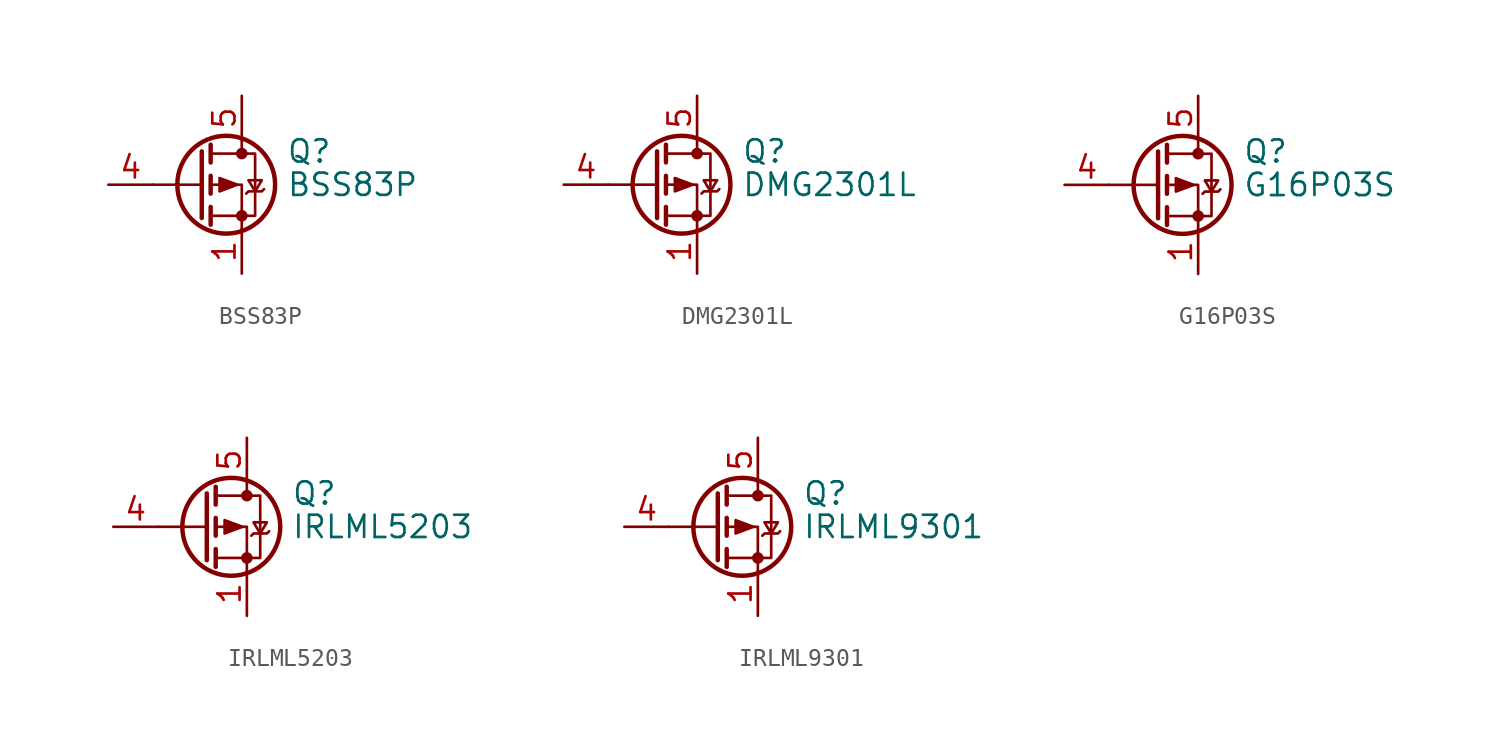
<source format=kicad_sym>
(kicad_symbol_lib
  (version 20211014)
  (generator kicad_symbol_editor)
  (symbol "BSS83P"
    (pin_names hide)
    (property "Reference" "Q"
      (at 5.08 1.905 0)
      (effects (font (size 1.27 1.27)) (justify left)))
    (property "Value" "BSS83P"
      (at 5.08 0 0)
      (effects (font (size 1.27 1.27)) (justify left)))
    (symbol "BSS83P_0_1"
      (polyline (pts (xy 0.254 0) (xy -2.54 0)) (stroke (width 0) (type default) (color 0 0 0 0)) (fill (type none)))
      (polyline (pts (xy 0.254 1.905) (xy 0.254 -1.905)) (stroke (width 0.254) (type default) (color 0 0 0 0)) (fill (type none)))
      (polyline (pts (xy 0.762 -1.27) (xy 0.762 -2.286)) (stroke (width 0.254) (type default) (color 0 0 0 0)) (fill (type none)))
      (polyline (pts (xy 0.762 0.508) (xy 0.762 -0.508)) (stroke (width 0.254) (type default) (color 0 0 0 0)) (fill (type none)))
      (polyline (pts (xy 0.762 2.286) (xy 0.762 1.27)) (stroke (width 0.254) (type default) (color 0 0 0 0)) (fill (type none)))
      (polyline (pts (xy 2.54 2.54) (xy 2.54 1.778)) (stroke (width 0) (type default) (color 0 0 0 0)) (fill (type none)))
      (polyline (pts (xy 2.54 -2.54) (xy 2.54 0) (xy 0.762 0)) (stroke (width 0) (type default) (color 0 0 0 0)) (fill (type none)))
      (polyline (pts (xy 0.762 1.778) (xy 3.302 1.778) (xy 3.302 -1.778) (xy 0.762 -1.778)) (stroke (width 0) (type default) (color 0 0 0 0)) (fill (type none)))
      (polyline (pts (xy 2.286 0) (xy 1.27 0.381) (xy 1.27 -0.381) (xy 2.286 0)) (stroke (width 0) (type default) (color 0 0 0 0)) (fill (type outline)))
      (polyline (pts (xy 2.794 -0.508) (xy 2.921 -0.381) (xy 3.683 -0.381) (xy 3.81 -0.254)) (stroke (width 0) (type default) (color 0 0 0 0)) (fill (type none)))
      (polyline (pts (xy 3.302 -0.381) (xy 2.921 0.254) (xy 3.683 0.254) (xy 3.302 -0.381)) (stroke (width 0) (type default) (color 0 0 0 0)) (fill (type none)))
      (circle (center 1.651 0) (radius 2.794) (stroke (width 0.254) (type default) (color 0 0 0 0)) (fill (type none)))
      (circle (center 2.54 -1.778) (radius 0.254) (stroke (width 0) (type default) (color 0 0 0 0)) (fill (type outline)))
      (circle (center 2.54 1.778) (radius 0.254) (stroke (width 0) (type default) (color 0 0 0 0)) (fill (type outline))))
    (symbol "BSS83P_1_1"
      (pin passive line (at 2.54 -5.08 90) (length 2.54) (name "S" (effects (font (size 1.27 1.27)))) (number "1" (effects (font (size 1.27 1.27)))))
      (pin passive line (at 2.54 -5.08 90) (length 2.54) hide (name "S" (effects (font (size 1.27 1.27)))) (number "2" (effects (font (size 1.27 1.27)))))
      (pin passive line (at 2.54 -5.08 90) (length 2.54) hide (name "S" (effects (font (size 1.27 1.27)))) (number "3" (effects (font (size 1.27 1.27)))))
      (pin input line (at -5.08 0 0) (length 2.54) (name "G" (effects (font (size 1.27 1.27)))) (number "4" (effects (font (size 1.27 1.27)))))
      (pin passive line (at 2.54 5.08 270) (length 2.54) (name "D" (effects (font (size 1.27 1.27)))) (number "5" (effects (font (size 1.27 1.27)))))
      (pin passive line (at 2.54 5.08 270) (length 2.54) hide (name "D" (effects (font (size 1.27 1.27)))) (number "6" (effects (font (size 1.27 1.27)))))
      (pin passive line (at 2.54 5.08 270) (length 2.54) hide (name "D" (effects (font (size 1.27 1.27)))) (number "7" (effects (font (size 1.27 1.27)))))
      (pin passive line (at 2.54 5.08 270) (length 2.54) hide (name "D" (effects (font (size 1.27 1.27)))) (number "8" (effects (font (size 1.27 1.27)))))))
  (symbol "DMG2301L"
    (pin_names hide)
    (property "Reference" "Q"
      (at 5.08 1.905 0)
      (effects (font (size 1.27 1.27)) (justify left)))
    (property "Value" "DMG2301L"
      (at 5.08 0 0)
      (effects (font (size 1.27 1.27)) (justify left)))
    (symbol "DMG2301L_0_1"
      (polyline (pts (xy 0.254 0) (xy -2.54 0)) (stroke (width 0) (type default) (color 0 0 0 0)) (fill (type none)))
      (polyline (pts (xy 0.254 1.905) (xy 0.254 -1.905)) (stroke (width 0.254) (type default) (color 0 0 0 0)) (fill (type none)))
      (polyline (pts (xy 0.762 -1.27) (xy 0.762 -2.286)) (stroke (width 0.254) (type default) (color 0 0 0 0)) (fill (type none)))
      (polyline (pts (xy 0.762 0.508) (xy 0.762 -0.508)) (stroke (width 0.254) (type default) (color 0 0 0 0)) (fill (type none)))
      (polyline (pts (xy 0.762 2.286) (xy 0.762 1.27)) (stroke (width 0.254) (type default) (color 0 0 0 0)) (fill (type none)))
      (polyline (pts (xy 2.54 2.54) (xy 2.54 1.778)) (stroke (width 0) (type default) (color 0 0 0 0)) (fill (type none)))
      (polyline (pts (xy 2.54 -2.54) (xy 2.54 0) (xy 0.762 0)) (stroke (width 0) (type default) (color 0 0 0 0)) (fill (type none)))
      (polyline (pts (xy 0.762 1.778) (xy 3.302 1.778) (xy 3.302 -1.778) (xy 0.762 -1.778)) (stroke (width 0) (type default) (color 0 0 0 0)) (fill (type none)))
      (polyline (pts (xy 2.286 0) (xy 1.27 0.381) (xy 1.27 -0.381) (xy 2.286 0)) (stroke (width 0) (type default) (color 0 0 0 0)) (fill (type outline)))
      (polyline (pts (xy 2.794 -0.508) (xy 2.921 -0.381) (xy 3.683 -0.381) (xy 3.81 -0.254)) (stroke (width 0) (type default) (color 0 0 0 0)) (fill (type none)))
      (polyline (pts (xy 3.302 -0.381) (xy 2.921 0.254) (xy 3.683 0.254) (xy 3.302 -0.381)) (stroke (width 0) (type default) (color 0 0 0 0)) (fill (type none)))
      (circle (center 1.651 0) (radius 2.794) (stroke (width 0.254) (type default) (color 0 0 0 0)) (fill (type none)))
      (circle (center 2.54 -1.778) (radius 0.254) (stroke (width 0) (type default) (color 0 0 0 0)) (fill (type outline)))
      (circle (center 2.54 1.778) (radius 0.254) (stroke (width 0) (type default) (color 0 0 0 0)) (fill (type outline))))
    (symbol "DMG2301L_1_1"
      (pin passive line (at 2.54 -5.08 90) (length 2.54) (name "S" (effects (font (size 1.27 1.27)))) (number "1" (effects (font (size 1.27 1.27)))))
      (pin passive line (at 2.54 -5.08 90) (length 2.54) hide (name "S" (effects (font (size 1.27 1.27)))) (number "2" (effects (font (size 1.27 1.27)))))
      (pin passive line (at 2.54 -5.08 90) (length 2.54) hide (name "S" (effects (font (size 1.27 1.27)))) (number "3" (effects (font (size 1.27 1.27)))))
      (pin input line (at -5.08 0 0) (length 2.54) (name "G" (effects (font (size 1.27 1.27)))) (number "4" (effects (font (size 1.27 1.27)))))
      (pin passive line (at 2.54 5.08 270) (length 2.54) (name "D" (effects (font (size 1.27 1.27)))) (number "5" (effects (font (size 1.27 1.27)))))
      (pin passive line (at 2.54 5.08 270) (length 2.54) hide (name "D" (effects (font (size 1.27 1.27)))) (number "6" (effects (font (size 1.27 1.27)))))
      (pin passive line (at 2.54 5.08 270) (length 2.54) hide (name "D" (effects (font (size 1.27 1.27)))) (number "7" (effects (font (size 1.27 1.27)))))
      (pin passive line (at 2.54 5.08 270) (length 2.54) hide (name "D" (effects (font (size 1.27 1.27)))) (number "8" (effects (font (size 1.27 1.27)))))))
  (symbol "G16P03S"
    (pin_names hide)
    (property "Reference" "Q"
      (at 5.08 1.905 0)
      (effects (font (size 1.27 1.27)) (justify left)))
    (property "Value" "G16P03S"
      (at 5.08 0 0)
      (effects (font (size 1.27 1.27)) (justify left)))
    (symbol "G16P03S_0_1"
      (polyline (pts (xy 0.254 0) (xy -2.54 0)) (stroke (width 0) (type default) (color 0 0 0 0)) (fill (type none)))
      (polyline (pts (xy 0.254 1.905) (xy 0.254 -1.905)) (stroke (width 0.254) (type default) (color 0 0 0 0)) (fill (type none)))
      (polyline (pts (xy 0.762 -1.27) (xy 0.762 -2.286)) (stroke (width 0.254) (type default) (color 0 0 0 0)) (fill (type none)))
      (polyline (pts (xy 0.762 0.508) (xy 0.762 -0.508)) (stroke (width 0.254) (type default) (color 0 0 0 0)) (fill (type none)))
      (polyline (pts (xy 0.762 2.286) (xy 0.762 1.27)) (stroke (width 0.254) (type default) (color 0 0 0 0)) (fill (type none)))
      (polyline (pts (xy 2.54 2.54) (xy 2.54 1.778)) (stroke (width 0) (type default) (color 0 0 0 0)) (fill (type none)))
      (polyline (pts (xy 2.54 -2.54) (xy 2.54 0) (xy 0.762 0)) (stroke (width 0) (type default) (color 0 0 0 0)) (fill (type none)))
      (polyline (pts (xy 0.762 1.778) (xy 3.302 1.778) (xy 3.302 -1.778) (xy 0.762 -1.778)) (stroke (width 0) (type default) (color 0 0 0 0)) (fill (type none)))
      (polyline (pts (xy 2.286 0) (xy 1.27 0.381) (xy 1.27 -0.381) (xy 2.286 0)) (stroke (width 0) (type default) (color 0 0 0 0)) (fill (type outline)))
      (polyline (pts (xy 2.794 -0.508) (xy 2.921 -0.381) (xy 3.683 -0.381) (xy 3.81 -0.254)) (stroke (width 0) (type default) (color 0 0 0 0)) (fill (type none)))
      (polyline (pts (xy 3.302 -0.381) (xy 2.921 0.254) (xy 3.683 0.254) (xy 3.302 -0.381)) (stroke (width 0) (type default) (color 0 0 0 0)) (fill (type none)))
      (circle (center 1.651 0) (radius 2.794) (stroke (width 0.254) (type default) (color 0 0 0 0)) (fill (type none)))
      (circle (center 2.54 -1.778) (radius 0.254) (stroke (width 0) (type default) (color 0 0 0 0)) (fill (type outline)))
      (circle (center 2.54 1.778) (radius 0.254) (stroke (width 0) (type default) (color 0 0 0 0)) (fill (type outline))))
    (symbol "G16P03S_1_1"
      (pin passive line (at 2.54 -5.08 90) (length 2.54) (name "S" (effects (font (size 1.27 1.27)))) (number "1" (effects (font (size 1.27 1.27)))))
      (pin passive line (at 2.54 -5.08 90) (length 2.54) hide (name "S" (effects (font (size 1.27 1.27)))) (number "2" (effects (font (size 1.27 1.27)))))
      (pin passive line (at 2.54 -5.08 90) (length 2.54) hide (name "S" (effects (font (size 1.27 1.27)))) (number "3" (effects (font (size 1.27 1.27)))))
      (pin input line (at -5.08 0 0) (length 2.54) (name "G" (effects (font (size 1.27 1.27)))) (number "4" (effects (font (size 1.27 1.27)))))
      (pin passive line (at 2.54 5.08 270) (length 2.54) (name "D" (effects (font (size 1.27 1.27)))) (number "5" (effects (font (size 1.27 1.27)))))
      (pin passive line (at 2.54 5.08 270) (length 2.54) hide (name "D" (effects (font (size 1.27 1.27)))) (number "6" (effects (font (size 1.27 1.27)))))
      (pin passive line (at 2.54 5.08 270) (length 2.54) hide (name "D" (effects (font (size 1.27 1.27)))) (number "7" (effects (font (size 1.27 1.27)))))
      (pin passive line (at 2.54 5.08 270) (length 2.54) hide (name "D" (effects (font (size 1.27 1.27)))) (number "8" (effects (font (size 1.27 1.27)))))))
  (symbol "IRLML5203"
    (pin_names hide)
    (property "Reference" "Q"
      (at 5.08 1.905 0)
      (effects (font (size 1.27 1.27)) (justify left)))
    (property "Value" "IRLML5203"
      (at 5.08 0 0)
      (effects (font (size 1.27 1.27)) (justify left)))
    (symbol "IRLML5203_0_1"
      (polyline (pts (xy 0.254 0) (xy -2.54 0)) (stroke (width 0) (type default) (color 0 0 0 0)) (fill (type none)))
      (polyline (pts (xy 0.254 1.905) (xy 0.254 -1.905)) (stroke (width 0.254) (type default) (color 0 0 0 0)) (fill (type none)))
      (polyline (pts (xy 0.762 -1.27) (xy 0.762 -2.286)) (stroke (width 0.254) (type default) (color 0 0 0 0)) (fill (type none)))
      (polyline (pts (xy 0.762 0.508) (xy 0.762 -0.508)) (stroke (width 0.254) (type default) (color 0 0 0 0)) (fill (type none)))
      (polyline (pts (xy 0.762 2.286) (xy 0.762 1.27)) (stroke (width 0.254) (type default) (color 0 0 0 0)) (fill (type none)))
      (polyline (pts (xy 2.54 2.54) (xy 2.54 1.778)) (stroke (width 0) (type default) (color 0 0 0 0)) (fill (type none)))
      (polyline (pts (xy 2.54 -2.54) (xy 2.54 0) (xy 0.762 0)) (stroke (width 0) (type default) (color 0 0 0 0)) (fill (type none)))
      (polyline (pts (xy 0.762 1.778) (xy 3.302 1.778) (xy 3.302 -1.778) (xy 0.762 -1.778)) (stroke (width 0) (type default) (color 0 0 0 0)) (fill (type none)))
      (polyline (pts (xy 2.286 0) (xy 1.27 0.381) (xy 1.27 -0.381) (xy 2.286 0)) (stroke (width 0) (type default) (color 0 0 0 0)) (fill (type outline)))
      (polyline (pts (xy 2.794 -0.508) (xy 2.921 -0.381) (xy 3.683 -0.381) (xy 3.81 -0.254)) (stroke (width 0) (type default) (color 0 0 0 0)) (fill (type none)))
      (polyline (pts (xy 3.302 -0.381) (xy 2.921 0.254) (xy 3.683 0.254) (xy 3.302 -0.381)) (stroke (width 0) (type default) (color 0 0 0 0)) (fill (type none)))
      (circle (center 1.651 0) (radius 2.794) (stroke (width 0.254) (type default) (color 0 0 0 0)) (fill (type none)))
      (circle (center 2.54 -1.778) (radius 0.254) (stroke (width 0) (type default) (color 0 0 0 0)) (fill (type outline)))
      (circle (center 2.54 1.778) (radius 0.254) (stroke (width 0) (type default) (color 0 0 0 0)) (fill (type outline))))
    (symbol "IRLML5203_1_1"
      (pin passive line (at 2.54 -5.08 90) (length 2.54) (name "S" (effects (font (size 1.27 1.27)))) (number "1" (effects (font (size 1.27 1.27)))))
      (pin passive line (at 2.54 -5.08 90) (length 2.54) hide (name "S" (effects (font (size 1.27 1.27)))) (number "2" (effects (font (size 1.27 1.27)))))
      (pin passive line (at 2.54 -5.08 90) (length 2.54) hide (name "S" (effects (font (size 1.27 1.27)))) (number "3" (effects (font (size 1.27 1.27)))))
      (pin input line (at -5.08 0 0) (length 2.54) (name "G" (effects (font (size 1.27 1.27)))) (number "4" (effects (font (size 1.27 1.27)))))
      (pin passive line (at 2.54 5.08 270) (length 2.54) (name "D" (effects (font (size 1.27 1.27)))) (number "5" (effects (font (size 1.27 1.27)))))
      (pin passive line (at 2.54 5.08 270) (length 2.54) hide (name "D" (effects (font (size 1.27 1.27)))) (number "6" (effects (font (size 1.27 1.27)))))
      (pin passive line (at 2.54 5.08 270) (length 2.54) hide (name "D" (effects (font (size 1.27 1.27)))) (number "7" (effects (font (size 1.27 1.27)))))
      (pin passive line (at 2.54 5.08 270) (length 2.54) hide (name "D" (effects (font (size 1.27 1.27)))) (number "8" (effects (font (size 1.27 1.27)))))))
  (symbol "IRLML9301"
    (pin_names hide)
    (property "Reference" "Q"
      (at 5.08 1.905 0)
      (effects (font (size 1.27 1.27)) (justify left)))
    (property "Value" "IRLML9301"
      (at 5.08 0 0)
      (effects (font (size 1.27 1.27)) (justify left)))
    (symbol "IRLML9301_0_1"
      (polyline (pts (xy 0.254 0) (xy -2.54 0)) (stroke (width 0) (type default) (color 0 0 0 0)) (fill (type none)))
      (polyline (pts (xy 0.254 1.905) (xy 0.254 -1.905)) (stroke (width 0.254) (type default) (color 0 0 0 0)) (fill (type none)))
      (polyline (pts (xy 0.762 -1.27) (xy 0.762 -2.286)) (stroke (width 0.254) (type default) (color 0 0 0 0)) (fill (type none)))
      (polyline (pts (xy 0.762 0.508) (xy 0.762 -0.508)) (stroke (width 0.254) (type default) (color 0 0 0 0)) (fill (type none)))
      (polyline (pts (xy 0.762 2.286) (xy 0.762 1.27)) (stroke (width 0.254) (type default) (color 0 0 0 0)) (fill (type none)))
      (polyline (pts (xy 2.54 2.54) (xy 2.54 1.778)) (stroke (width 0) (type default) (color 0 0 0 0)) (fill (type none)))
      (polyline (pts (xy 2.54 -2.54) (xy 2.54 0) (xy 0.762 0)) (stroke (width 0) (type default) (color 0 0 0 0)) (fill (type none)))
      (polyline (pts (xy 0.762 1.778) (xy 3.302 1.778) (xy 3.302 -1.778) (xy 0.762 -1.778)) (stroke (width 0) (type default) (color 0 0 0 0)) (fill (type none)))
      (polyline (pts (xy 2.286 0) (xy 1.27 0.381) (xy 1.27 -0.381) (xy 2.286 0)) (stroke (width 0) (type default) (color 0 0 0 0)) (fill (type outline)))
      (polyline (pts (xy 2.794 -0.508) (xy 2.921 -0.381) (xy 3.683 -0.381) (xy 3.81 -0.254)) (stroke (width 0) (type default) (color 0 0 0 0)) (fill (type none)))
      (polyline (pts (xy 3.302 -0.381) (xy 2.921 0.254) (xy 3.683 0.254) (xy 3.302 -0.381)) (stroke (width 0) (type default) (color 0 0 0 0)) (fill (type none)))
      (circle (center 1.651 0) (radius 2.794) (stroke (width 0.254) (type default) (color 0 0 0 0)) (fill (type none)))
      (circle (center 2.54 -1.778) (radius 0.254) (stroke (width 0) (type default) (color 0 0 0 0)) (fill (type outline)))
      (circle (center 2.54 1.778) (radius 0.254) (stroke (width 0) (type default) (color 0 0 0 0)) (fill (type outline))))
    (symbol "IRLML9301_1_1"
      (pin passive line (at 2.54 -5.08 90) (length 2.54) (name "S" (effects (font (size 1.27 1.27)))) (number "1" (effects (font (size 1.27 1.27)))))
      (pin passive line (at 2.54 -5.08 90) (length 2.54) hide (name "S" (effects (font (size 1.27 1.27)))) (number "2" (effects (font (size 1.27 1.27)))))
      (pin passive line (at 2.54 -5.08 90) (length 2.54) hide (name "S" (effects (font (size 1.27 1.27)))) (number "3" (effects (font (size 1.27 1.27)))))
      (pin input line (at -5.08 0 0) (length 2.54) (name "G" (effects (font (size 1.27 1.27)))) (number "4" (effects (font (size 1.27 1.27)))))
      (pin passive line (at 2.54 5.08 270) (length 2.54) (name "D" (effects (font (size 1.27 1.27)))) (number "5" (effects (font (size 1.27 1.27)))))
      (pin passive line (at 2.54 5.08 270) (length 2.54) hide (name "D" (effects (font (size 1.27 1.27)))) (number "6" (effects (font (size 1.27 1.27)))))
      (pin passive line (at 2.54 5.08 270) (length 2.54) hide (name "D" (effects (font (size 1.27 1.27)))) (number "7" (effects (font (size 1.27 1.27)))))
      (pin passive line (at 2.54 5.08 270) (length 2.54) hide (name "D" (effects (font (size 1.27 1.27)))) (number "8" (effects (font (size 1.27 1.27))))))))
</source>
